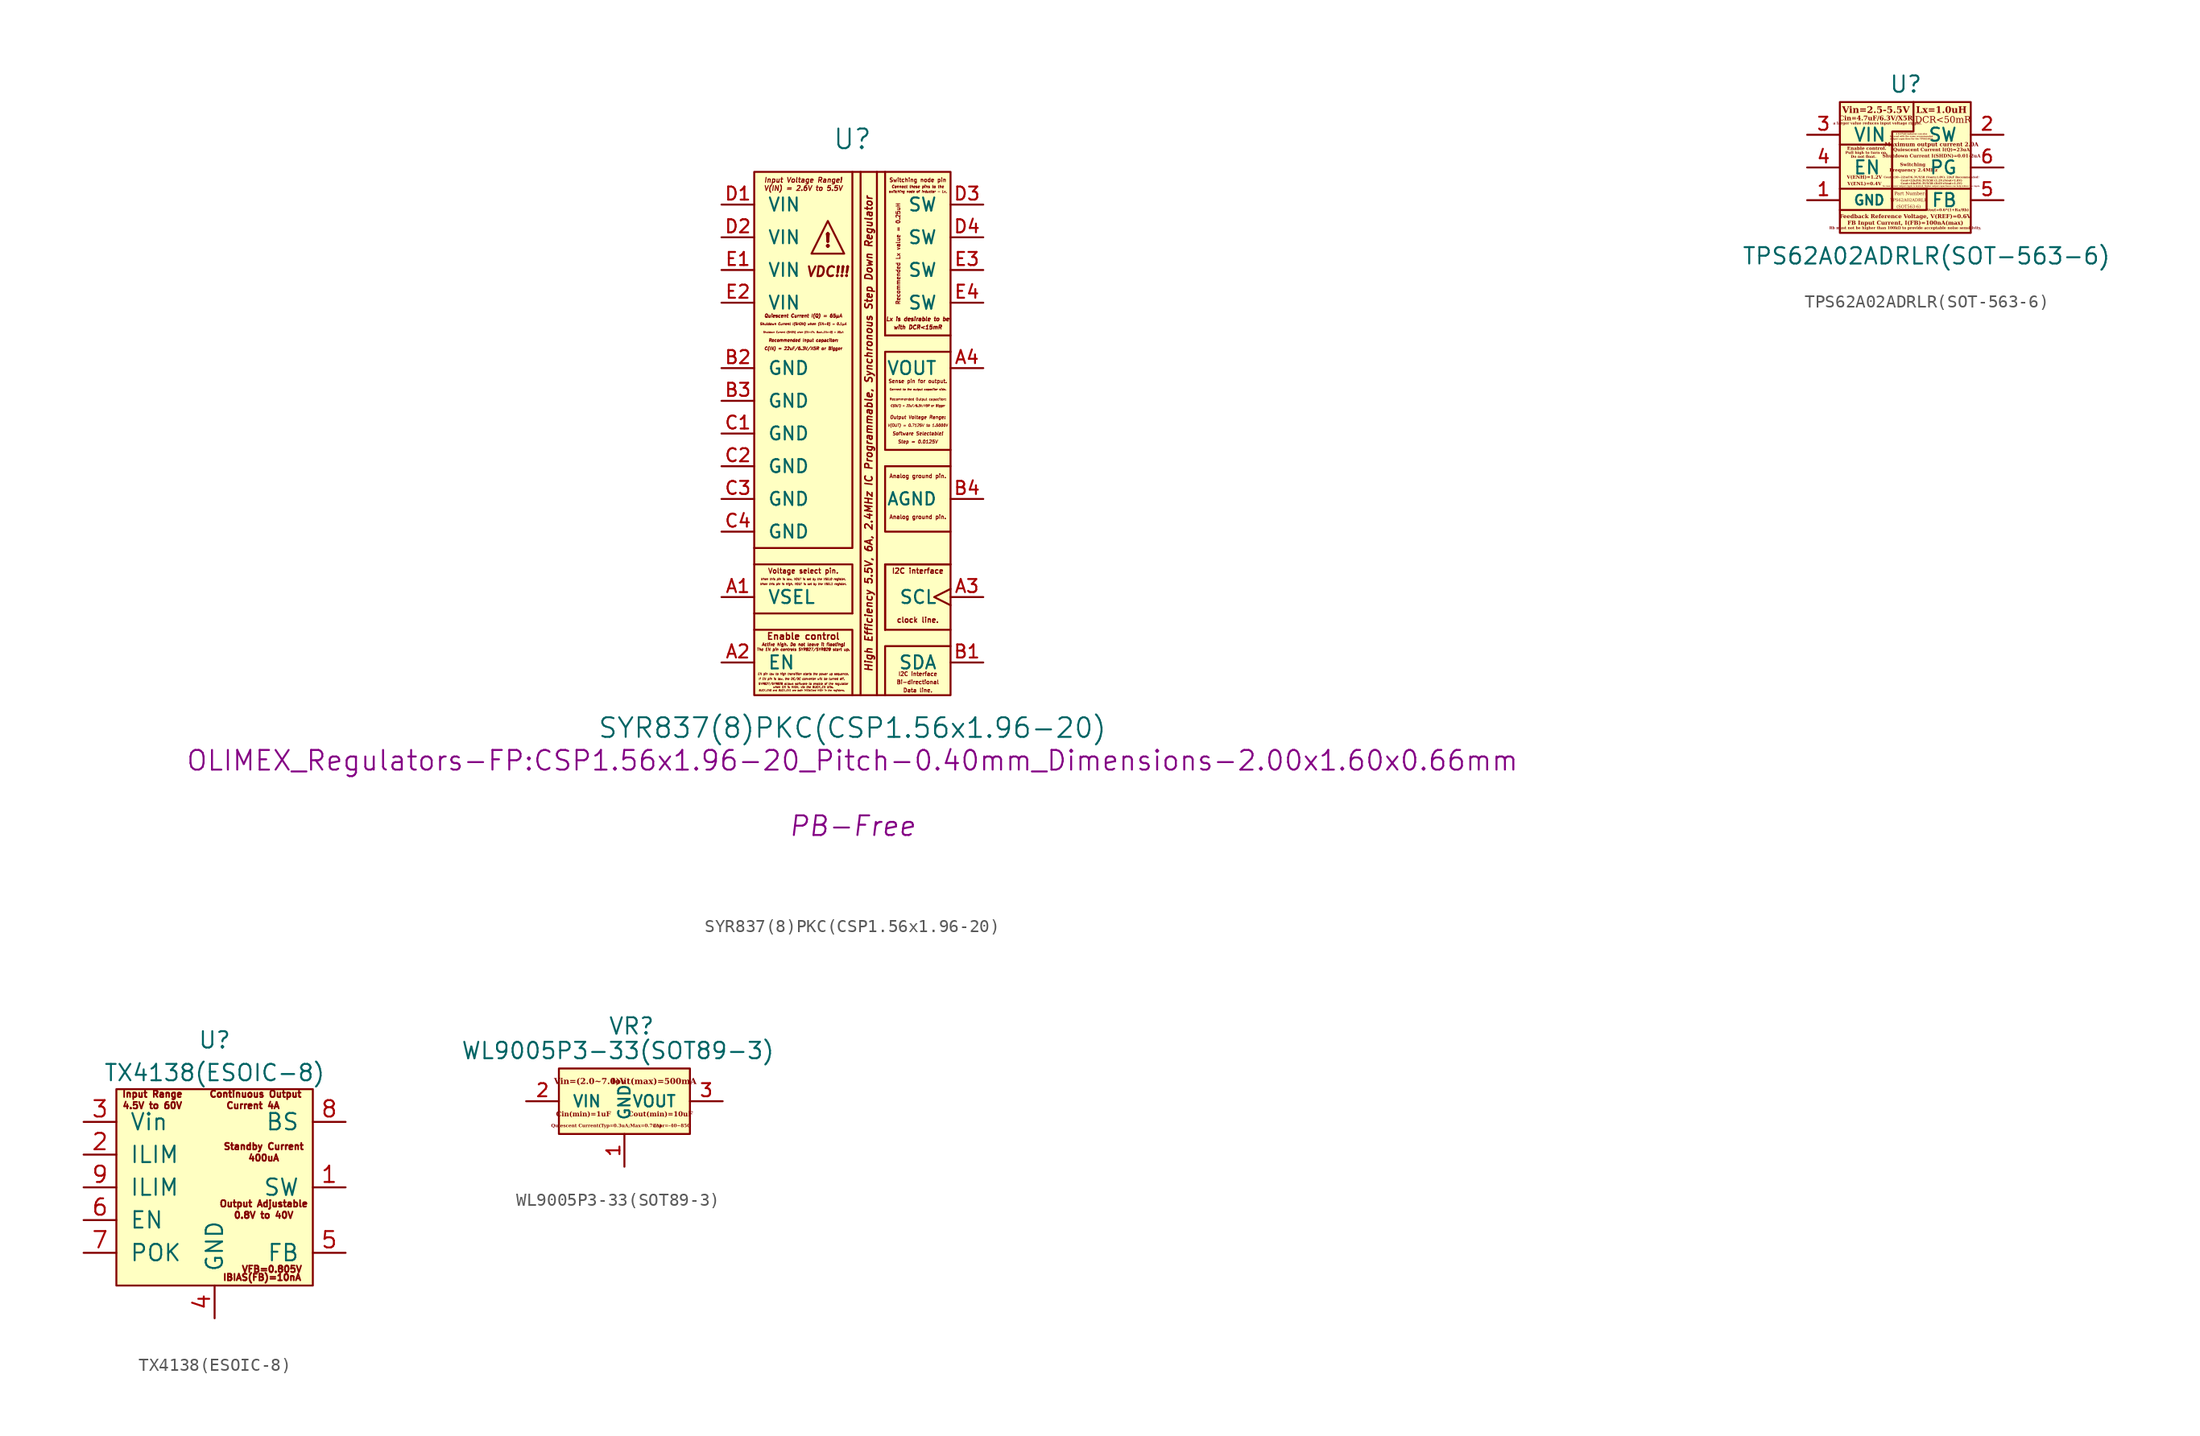
<source format=kicad_sym>
(kicad_symbol_lib
  (version 20220914)
  (generator kicad_symbol_editor)
  (symbol "SYR837(8)PKC(CSP1.56x1.96-20)"
    (pin_names
      (offset 1.016))
    (property "Reference" "U"
      (at 0 22.86 0)
      (effects (font (size 1.524 1.524))))
    (property "Value" "SYR837(8)PKC(CSP1.56x1.96-20)"
      (at 0 -22.86 0)
      (effects (font (size 1.524 1.524))))
    (property "Footprint" "OLIMEX_Regulators-FP:CSP1.56x1.96-20_Pitch-0.40mm_Dimensions-2.00x1.60x0.66mm"
      (at 0 -25.4 0)
      (effects (font (size 1.524 1.524))))
    (property "Datasheet" ""
      (at 0 -27.94 0)
      (effects (font (size 1.524 1.524))))
    (property "Note:" "PB-Free"
      (at 0 -30.48 0)
      (effects (font (size 1.524 1.524) italic)))
    (symbol "SYR837(8)PKC(CSP1.56x1.96-20)_0_0"
      (polyline (pts (xy 0 -13.97) (xy -7.62 -13.97)) (stroke (width 0) (type solid)) (fill (type none)))
      (polyline (pts (xy 0.635 20.32) (xy 0.635 -20.32)) (stroke (width 0) (type solid)) (fill (type none)))
      (polyline (pts (xy 1.905 20.32) (xy 1.905 -20.32)) (stroke (width 0) (type solid)) (fill (type none)))
      (polyline (pts (xy 2.54 -15.24) (xy 7.62 -15.24)) (stroke (width 0) (type solid)) (fill (type none)))
      (polyline (pts (xy 2.54 -2.54) (xy 7.62 -2.54)) (stroke (width 0) (type solid)) (fill (type none)))
      (polyline (pts (xy 2.54 7.62) (xy 2.54 20.32)) (stroke (width 0) (type solid)) (fill (type none)))
      (polyline (pts (xy 2.54 7.62) (xy 7.62 7.62)) (stroke (width 0) (type solid)) (fill (type none)))
      (polyline (pts (xy -7.62 -15.24) (xy 0 -15.24) (xy 0 -20.32)) (stroke (width 0) (type solid)) (fill (type none)))
      (polyline (pts (xy 0 20.32) (xy 0 -8.89) (xy -7.62 -8.89)) (stroke (width 0) (type solid)) (fill (type none)))
      (polyline (pts (xy 2.54 -15.24) (xy 2.54 -10.16) (xy 7.62 -10.16)) (stroke (width 0) (type solid)) (fill (type none)))
      (polyline (pts (xy 2.54 -15.24) (xy 2.54 -10.16) (xy 7.62 -10.16)) (stroke (width 0) (type solid)) (fill (type none)))
      (polyline (pts (xy 2.54 -2.54) (xy 2.54 -7.62) (xy 7.62 -7.62)) (stroke (width 0) (type solid)) (fill (type none)))
      (polyline (pts (xy 7.62 -16.51) (xy 2.54 -16.51) (xy 2.54 -20.32)) (stroke (width 0) (type solid)) (fill (type none)))
      (polyline (pts (xy -7.62 -10.16) (xy -4.445 -10.16) (xy 0 -10.16) (xy 0 -13.97)) (stroke (width 0) (type solid)) (fill (type none)))
      (polyline (pts (xy -3.175 13.97) (xy -1.905 16.51) (xy -0.635 13.97) (xy -3.175 13.97)) (stroke (width 0) (type solid)) (fill (type none)))
      (polyline (pts (xy 7.62 6.35) (xy 2.54 6.35) (xy 2.54 -1.27) (xy 7.62 -1.27)) (stroke (width 0) (type solid)) (fill (type none)))
      (text "!" (at -1.905 14.986 0) (effects (font (size 1.016 1.016) bold)))
      (text "Active high. Do not leave it floating!" (at -3.81 -16.383 0) (effects (font (size 0.229 0.229) italic)))
      (text "Analog ground pin." (at 5.08 -6.477 0) (effects (font (size 0.305 0.305) bold)))
      (text "Analog ground pin." (at 5.08 -3.302 0) (effects (font (size 0.305 0.305) bold)))
      (text "Bi-directional" (at 5.08 -19.304 0) (effects (font (size 0.305 0.305) bold)))
      (text "BUCK_EN0 and BUCK_EN1 are both initialized HIGH in the registers." (at -3.937 -19.939 0) (effects (font (size 0.127 0.127) italic)))
      (text "C(IN) = 22uF/6.3V/X5R or Bigger" (at -3.81 6.604 0) (effects (font (size 0.229 0.229) italic)))
      (text "C(OUT) = 22uF/6.3V/X5R or Bigger" (at 5.08 2.159 0) (effects (font (size 0.152 0.152) italic)))
      (text "clock line." (at 5.08 -14.478 0) (effects (font (size 0.406 0.406) bold)))
      (text "Connect these pins to the" (at 5.08 19.177 0) (effects (font (size 0.203 0.203) italic)))
      (text "Connect to the output capacitor side." (at 5.08 3.429 0) (effects (font (size 0.152 0.152) italic)))
      (text "Data line." (at 5.08 -19.939 0) (effects (font (size 0.305 0.305) bold)))
      (text "EN pin low to high transition starts the power up sequence." (at -3.81 -18.669 0) (effects (font (size 0.152 0.152) italic)))
      (text "Enable control" (at -3.81 -15.748 0) (effects (font (size 0.508 0.508) bold)))
      (text "High Efficiency 5.5V, 6A, 2.4MHz IC Programmable, Synchronous Step Down Regulator" (at 1.27 0 900) (effects (font (size 0.559 0.559) bold italic)))
      (text "I2C interface" (at 5.08 -18.669 0) (effects (font (size 0.305 0.305) bold)))
      (text "I2C interface" (at 5.08 -10.668 0) (effects (font (size 0.406 0.406) bold)))
      (text "If EN pin is low, the DC/DC converter will be turned off." (at -3.937 -19.05 0) (effects (font (size 0.152 0.152) italic)))
      (text "Input Voltage Range!" (at -3.81 19.685 0) (effects (font (size 0.381 0.381) bold italic)))
      (text "Lx is desirable to be" (at 5.08 8.89 0) (effects (font (size 0.305 0.305) italic)))
      (text "Output Voltage Range:" (at 5.08 1.27 0) (effects (font (size 0.254 0.254) bold italic)))
      (text "Quiescent Current I(Q) = 65µA" (at -3.81 9.144 0) (effects (font (size 0.254 0.254) italic)))
      (text "Recommended Input capacitor:" (at -3.81 7.239 0) (effects (font (size 0.229 0.229) italic)))
      (text "Recommended Lx value = 0.25uH" (at 3.556 13.97 900) (effects (font (size 0.305 0.305) bold)))
      (text "Recommended Output capacitor:" (at 5.08 2.667 0) (effects (font (size 0.178 0.178) bold)))
      (text "Sense pin for output." (at 5.08 4.064 0) (effects (font (size 0.279 0.279) bold)))
      (text "Shutdown Current I(SHDN) when (EN=0) = 0.1µA" (at -3.81 8.509 0) (effects (font (size 0.178 0.178) italic)))
      (text "Shutdown Current I(SHDN) when (EN=Vin, Buck_ENx=0) = 30µA" (at -3.81 7.874 0) (effects (font (size 0.127 0.127) italic)))
      (text "Software Selectable!" (at 5.08 0 0) (effects (font (size 0.254 0.254) bold italic)))
      (text "Step = 0.0125V" (at 5.08 -0.635 0) (effects (font (size 0.254 0.254) bold italic)))
      (text "switching node of inductor - Lx," (at 5.08 18.796 0) (effects (font (size 0.178 0.178) italic)))
      (text "Switching node pin" (at 5.08 19.685 0) (effects (font (size 0.305 0.305) bold)))
      (text "SYR827/SYR828 allows software to enable of the regulator" (at -3.81 -19.431 0) (effects (font (size 0.152 0.152) italic)))
      (text "The EN pin controls SYR827/SYR828 start up." (at -3.81 -16.764 0) (effects (font (size 0.203 0.203) italic)))
      (text "V(IN) = 2.6V to 5.5V" (at -3.81 19.05 0) (effects (font (size 0.381 0.381) bold italic)))
      (text "V(OUT) = 0.7125V to 1.5000V" (at 5.08 0.635 0) (effects (font (size 0.203 0.203) bold italic)))
      (text "VDC!!!" (at -1.905 12.573 0) (effects (font (size 0.762 0.762) bold italic)))
      (text "Voltage select pin." (at -3.81 -10.668 0) (effects (font (size 0.381 0.381) bold)))
      (text "when EN is HIGH, via the BUCK_EN bits." (at -3.81 -19.685 0) (effects (font (size 0.152 0.152) italic)))
      (text "When this pin is high, VOUT is set by the VSEL1 register." (at -3.81 -11.684 0) (effects (font (size 0.152 0.152) italic)))
      (text "When this pin is low, VOUT is set by the VSEL0 register." (at -3.81 -11.303 0) (effects (font (size 0.152 0.152) italic)))
      (text "with DCR<15mR" (at 5.08 8.255 0) (effects (font (size 0.305 0.305) italic))))
    (symbol "SYR837(8)PKC(CSP1.56x1.96-20)_0_1"
      (rectangle (start -7.62 20.32) (end 7.62 -20.32) (stroke (width 0) (type solid)) (fill (type background))))
    (symbol "SYR837(8)PKC(CSP1.56x1.96-20)_1_1"
      (pin input line (at -10.16 -12.7 0) (length 2.54) (name "VSEL" (effects (font (size 1.016 1.016)))) (number "A1" (effects (font (size 1.016 1.016)))))
      (pin input line (at -10.16 -17.78 0) (length 2.54) (name "EN" (effects (font (size 1.016 1.016)))) (number "A2" (effects (font (size 1.016 1.016)))))
      (pin input clock (at 10.16 -12.7 180) (length 2.54) (name "SCL" (effects (font (size 1.016 1.016)))) (number "A3" (effects (font (size 1.016 1.016)))))
      (pin input line (at 10.16 5.08 180) (length 2.54) (name "VOUT" (effects (font (size 1.016 1.016)))) (number "A4" (effects (font (size 1.016 1.016)))))
      (pin bidirectional line (at 10.16 -17.78 180) (length 2.54) (name "SDA" (effects (font (size 1.016 1.016)))) (number "B1" (effects (font (size 1.016 1.016)))))
      (pin power_in line (at -10.16 5.08 0) (length 2.54) (name "GND" (effects (font (size 1.016 1.016)))) (number "B2" (effects (font (size 1.016 1.016)))))
      (pin power_in line (at -10.16 2.54 0) (length 2.54) (name "GND" (effects (font (size 1.016 1.016)))) (number "B3" (effects (font (size 1.016 1.016)))))
      (pin power_in line (at 10.16 -5.08 180) (length 2.54) (name "AGND" (effects (font (size 0.965 0.965)))) (number "B4" (effects (font (size 1.016 1.016)))))
      (pin power_in line (at -10.16 0 0) (length 2.54) (name "GND" (effects (font (size 1.016 1.016)))) (number "C1" (effects (font (size 1.016 1.016)))))
      (pin power_in line (at -10.16 -2.54 0) (length 2.54) (name "GND" (effects (font (size 1.016 1.016)))) (number "C2" (effects (font (size 1.016 1.016)))))
      (pin power_in line (at -10.16 -5.08 0) (length 2.54) (name "GND" (effects (font (size 1.016 1.016)))) (number "C3" (effects (font (size 1.016 1.016)))))
      (pin power_in line (at -10.16 -7.62 0) (length 2.54) (name "GND" (effects (font (size 1.016 1.016)))) (number "C4" (effects (font (size 1.016 1.016)))))
      (pin power_in line (at -10.16 17.78 0) (length 2.54) (name "VIN" (effects (font (size 1.016 1.016)))) (number "D1" (effects (font (size 1.016 1.016)))))
      (pin power_in line (at -10.16 15.24 0) (length 2.54) (name "VIN" (effects (font (size 1.016 1.016)))) (number "D2" (effects (font (size 1.016 1.016)))))
      (pin power_out line (at 10.16 17.78 180) (length 2.54) (name "SW" (effects (font (size 1.016 1.016)))) (number "D3" (effects (font (size 1.016 1.016)))))
      (pin power_out line (at 10.16 15.24 180) (length 2.54) (name "SW" (effects (font (size 1.016 1.016)))) (number "D4" (effects (font (size 1.016 1.016)))))
      (pin power_in line (at -10.16 12.7 0) (length 2.54) (name "VIN" (effects (font (size 1.016 1.016)))) (number "E1" (effects (font (size 1.016 1.016)))))
      (pin power_in line (at -10.16 10.16 0) (length 2.54) (name "VIN" (effects (font (size 1.016 1.016)))) (number "E2" (effects (font (size 1.016 1.016)))))
      (pin power_out line (at 10.16 12.7 180) (length 2.54) (name "SW" (effects (font (size 1.016 1.016)))) (number "E3" (effects (font (size 1.016 1.016)))))
      (pin power_out line (at 10.16 10.16 180) (length 2.54) (name "SW" (effects (font (size 1.016 1.016)))) (number "E4" (effects (font (size 1.016 1.016)))))))
  (symbol "TPS62A02ADRLR(SOT-563-6)"
    (pin_names
      (offset 1.016))
    (property "Reference" "U"
      (at -1.27 5.715 0)
      (effects (font (size 1.27 1.27)) (justify left bottom)))
    (property "Value" "TPS62A02ADRLR(SOT-563-6)"
      (at -12.7 -7.62 0)
      (effects (font (size 1.27 1.27)) (justify left bottom)))
    (symbol "TPS62A02ADRLR(SOT-563-6)_0_0"
      (rectangle (start -1.016 -1.651) (end 1.651 -3.302) (stroke (width 0) (type solid)) (fill (type none)))
      (polyline (pts (xy -1.016 -1.651) (xy -1.016 -3.302) (xy -5.08 -3.302)) (stroke (width 0) (type solid)) (fill (type none)))
      (polyline (pts (xy -5.08 1.778) (xy -1.016 1.778) (xy -1.016 0.254) (xy -1.016 -1.651) (xy -5.08 -1.651)) (stroke (width 0) (type solid)) (fill (type none)))
      (polyline (pts (xy 0.635 5.08) (xy 0.635 4.191) (xy 0.635 2.794) (xy -1.016 2.794) (xy -1.016 1.016) (xy -1.016 -1.651) (xy 5.08 -1.651)) (stroke (width 0) (type solid)) (fill (type none))))
    (symbol "TPS62A02ADRLR(SOT-563-6)_0_1"
      (rectangle (start -5.08 5.08) (end 5.08 -5.08) (stroke (width 0) (type solid)) (fill (type background))))
    (symbol "TPS62A02ADRLR(SOT-563-6)_1_0"
      (text "(SOT563-6)" (at 0.254 -3.048 0) (effects (font (face "Liberation Serif") (size 0.229 0.229) italic)))
      (text "A 0.47uH inductor can also \nbe used with the same recommended \noutput capacitors for the TPS62A02x." (at 0.508 2.413 0) (effects (font (face "Liberation Serif") (size 0.114 0.114) bold italic)))
      (text "a larger value reduces input voltage ripple." (at -2.159 3.429 0) (effects (font (face "Liberation Serif") (size 0.203 0.203) bold italic)))
      (text "Cin=4.7uF/6.3V/X5R" (at -2.286 3.81 0) (effects (font (face "Liberation Serif") (size 0.356 0.356) bold)))
      (text "Cout=(10~22)uF/6.3V/X5R (Vout≥1.8V). 22uF Recommended!" (at 2.032 -0.762 0) (effects (font (face "Liberation Serif") (size 0.152 0.152) bold)))
      (text "Cout=22uF/6.3V/X5R (1.2V≤Vout<1.8V)" (at 2.032 -1.016 0) (effects (font (face "Liberation Serif") (size 0.152 0.152) bold)))
      (text "Cout=44uF/6.3V/X5R (0.6V≤Vout<1.2V)" (at 2.032 -1.245 0) (effects (font (face "Liberation Serif") (size 0.152 0.152) bold)))
      (text "DCR<50mR" (at 2.921 3.683 0) (effects (font (face "Liberation Serif") (size 0.508 0.508))))
      (text "Do not float." (at -3.251 0.838 0) (effects (font (face "Liberation Serif") (size 0.203 0.203) bold)))
      (text "Enable control." (at -2.997 1.473 0) (effects (font (face "Liberation Serif") (size 0.254 0.254) bold)))
      (text "FB Input Current, I(FB)=100nA(max)" (at 0 -4.318 0) (effects (font (face "Liberation Serif") (size 0.305 0.305) bold)))
      (text "Feedback Reference Voltage, V(REF)=0.6V" (at 0 -3.81 0) (effects (font (face "Liberation Serif") (size 0.305 0.305) bold)))
      (text "In case a lower output ripple is desired, higher output capacitance can help reduce the ripple." (at 2.032 -1.448 0) (effects (font (face "Liberation Serif") (size 0.102 0.102) bold)))
      (text "Lx=1.0uH" (at 2.794 4.445 0) (effects (font (face "Liberation Serif") (size 0.508 0.508) bold)))
      (text "Maximum output current 2.0A" (at 2.032 1.778 0) (effects (font (face "Liberation Serif") (size 0.305 0.305) bold)))
      (text "Part Number:" (at 0.381 -2.032 0) (effects (font (face "Liberation Serif") (size 0.254 0.254) italic)))
      (text "Pull high to turn on." (at -3.023 1.143 0) (effects (font (face "Liberation Serif") (size 0.203 0.203) bold)))
      (text "Quiescent Current I(Q)=23uA" (at 2.032 1.372 0) (effects (font (face "Liberation Serif") (size 0.254 0.254) bold)))
      (text "Rb must not be higher than 100kΩ to provide acceptable noise sensitivity." (at 0 -4.699 0) (effects (font (face "Liberation Serif") (size 0.203 0.203) bold italic)))
      (text "Shutdown Current I(SHDN)=0.01-2uA" (at 2.032 0.889 0) (effects (font (face "Liberation Serif") (size 0.254 0.254) bold)))
      (text "Switching \nFrequency 2.4MHz" (at 0.635 0 0) (effects (font (face "Liberation Serif") (size 0.254 0.254) bold)))
      (text "TPS62A02ADRLR" (at 0.254 -2.54 0) (effects (font (face "Liberation Serif") (size 0.229 0.229) italic)))
      (text "V(ENH)=1.2V" (at -3.175 -0.762 0) (effects (font (face "Liberation Serif") (size 0.254 0.254) bold)))
      (text "V(ENL)=0.4V" (at -3.175 -1.27 0) (effects (font (face "Liberation Serif") (size 0.254 0.254) bold)))
      (text "Vin=2.5-5.5V" (at -2.286 4.445 0) (effects (font (face "Liberation Serif") (size 0.508 0.508) bold)))
      (text "Vout=0.6*(1+Ra/Rb)" (at 3.302 -3.302 0) (effects (font (face "Liberation Serif") (size 0.203 0.203) bold italic))))
    (symbol "TPS62A02ADRLR(SOT-563-6)_1_1"
      (pin power_in line (at -7.62 -2.54 0) (length 2.54) (name "GND" (effects (font (size 0.762 0.762)))) (number "1" (effects (font (size 1.016 1.016)))))
      (pin output line (at 7.62 2.54 180) (length 2.54) (name "SW" (effects (font (size 1.016 1.016)))) (number "2" (effects (font (size 1.016 1.016)))))
      (pin power_in line (at -7.62 2.54 0) (length 2.54) (name "VIN" (effects (font (size 1.016 1.016)))) (number "3" (effects (font (size 1.016 1.016)))))
      (pin input line (at -7.62 0 0) (length 2.54) (name "EN" (effects (font (size 1.016 1.016)))) (number "4" (effects (font (size 1.016 1.016)))))
      (pin input line (at 7.62 -2.54 180) (length 2.54) (name "FB" (effects (font (size 1.016 1.016)))) (number "5" (effects (font (size 1.016 1.016)))))
      (pin open_collector line (at 7.62 0 180) (length 2.54) (name "PG" (effects (font (size 1.016 1.016)))) (number "6" (effects (font (size 1.016 1.016)))))))
  (symbol "TX4138(ESOIC-8)"
    (pin_names
      (offset 1.016))
    (property "Reference" "U"
      (at 0 11.43 0)
      (effects (font (size 1.27 1.27))))
    (property "Value" "TX4138(ESOIC-8)"
      (at 0 8.89 0)
      (effects (font (size 1.27 1.27))))
    (symbol "TX4138(ESOIC-8)_0_0"
      (text "0.8V to 40V" (at 3.81 -2.159 0) (effects (font (size 0.508 0.508))))
      (text "4.5V to 60V" (at -4.826 6.35 0) (effects (font (size 0.508 0.508))))
      (text "400uA" (at 3.81 2.286 0) (effects (font (size 0.508 0.508))))
      (text "Continuous Output" (at 3.175 7.239 0) (effects (font (size 0.508 0.508))))
      (text "Current 4A " (at 3.175 6.35 0) (effects (font (size 0.508 0.508))))
      (text "IBIAS(FB)=10nA" (at 3.683 -6.985 0) (effects (font (size 0.508 0.508))))
      (text "Input Range" (at -4.826 7.239 0) (effects (font (size 0.508 0.508))))
      (text "Output Adjustable" (at 3.81 -1.27 0) (effects (font (size 0.508 0.508))))
      (text "Standby Current" (at 3.81 3.175 0) (effects (font (size 0.508 0.508))))
      (text "VFB=0.805V" (at 4.445 -6.35 0) (effects (font (size 0.508 0.508)))))
    (symbol "TX4138(ESOIC-8)_0_1"
      (rectangle (start -7.62 7.62) (end 7.62 -7.62) (stroke (width 0) (type solid)) (fill (type background))))
    (symbol "TX4138(ESOIC-8)_1_1"
      (pin output line (at 10.16 0 180) (length 2.54) (name "SW" (effects (font (size 1.27 1.27)))) (number "1" (effects (font (size 1.27 1.27)))))
      (pin input line (at -10.16 2.54 0) (length 2.54) (name "ILIM" (effects (font (size 1.27 1.27)))) (number "2" (effects (font (size 1.27 1.27)))))
      (pin power_in line (at -10.16 5.08 0) (length 2.54) (name "Vin" (effects (font (size 1.27 1.27)))) (number "3" (effects (font (size 1.27 1.27)))))
      (pin power_in line (at 0 -10.16 90) (length 2.54) (name "GND" (effects (font (size 1.27 1.27)))) (number "4" (effects (font (size 1.27 1.27)))))
      (pin input line (at 10.16 -5.08 180) (length 2.54) (name "FB" (effects (font (size 1.27 1.27)))) (number "5" (effects (font (size 1.27 1.27)))))
      (pin input line (at -10.16 -2.54 0) (length 2.54) (name "EN" (effects (font (size 1.27 1.27)))) (number "6" (effects (font (size 1.27 1.27)))))
      (pin open_collector line (at -10.16 -5.08 0) (length 2.54) (name "POK" (effects (font (size 1.27 1.27)))) (number "7" (effects (font (size 1.27 1.27)))))
      (pin passive line (at 10.16 5.08 180) (length 2.54) (name "BS" (effects (font (size 1.27 1.27)))) (number "8" (effects (font (size 1.27 1.27)))))
      (pin input line (at -10.16 0 0) (length 2.54) (name "ILIM" (effects (font (size 1.27 1.27)))) (number "9" (effects (font (size 1.27 1.27)))))))
  (symbol "WL9005P3-33(SOT89-3)"
    (pin_names
      (offset 1.016))
    (property "Reference" "VR"
      (at -1.27 5.08 0)
      (effects (font (size 1.27 1.27)) (justify left bottom)))
    (property "Value" "WL9005P3-33(SOT89-3)"
      (at -12.7 3.175 0)
      (effects (font (size 1.27 1.27)) (justify left bottom)))
    (symbol "WL9005P3-33(SOT89-3)_1_0"
      (rectangle (start -5.08 2.54) (end 5.08 -2.54) (stroke (width 0) (type solid)) (fill (type background)))
      (text "Cin(min)=1uF" (at -3.175 -1.016 0) (effects (font (face "Liberation Serif") (size 0.381 0.381) bold italic)))
      (text "Cout(min)=10uF" (at 2.794 -1.016 0) (effects (font (face "Liberation Serif") (size 0.381 0.381) bold italic)))
      (text "Iout(max)=500mA" (at 2.286 1.524 0) (effects (font (face "Liberation Serif") (size 0.457 0.457) bold)))
      (text "Quiescent Current(Typ=0.3uA;Max=0.7uA)" (at -1.397 -1.905 0) (effects (font (face "Liberation Serif") (size 0.254 0.254) bold)))
      (text "Topr=-40~85C" (at 3.683 -1.905 0) (effects (font (face "Liberation Serif") (size 0.254 0.254) bold)))
      (text "Vin=(2.0~7.0)V" (at -2.667 1.524 0) (effects (font (face "Liberation Serif") (size 0.457 0.457) bold))))
    (symbol "WL9005P3-33(SOT89-3)_1_1"
      (pin power_in line (at 0 -5.08 90) (length 2.54) (name "GND" (effects (font (size 0.889 0.889)))) (number "1" (effects (font (size 1.016 1.016)))))
      (pin input line (at -7.62 0 0) (length 2.54) (name "VIN" (effects (font (size 0.889 0.889)))) (number "2" (effects (font (size 1.016 1.016)))))
      (pin power_out line (at 7.62 0 180) (length 2.54) (name "VOUT" (effects (font (size 0.889 0.889)))) (number "3" (effects (font (size 1.016 1.016))))))))
</source>
